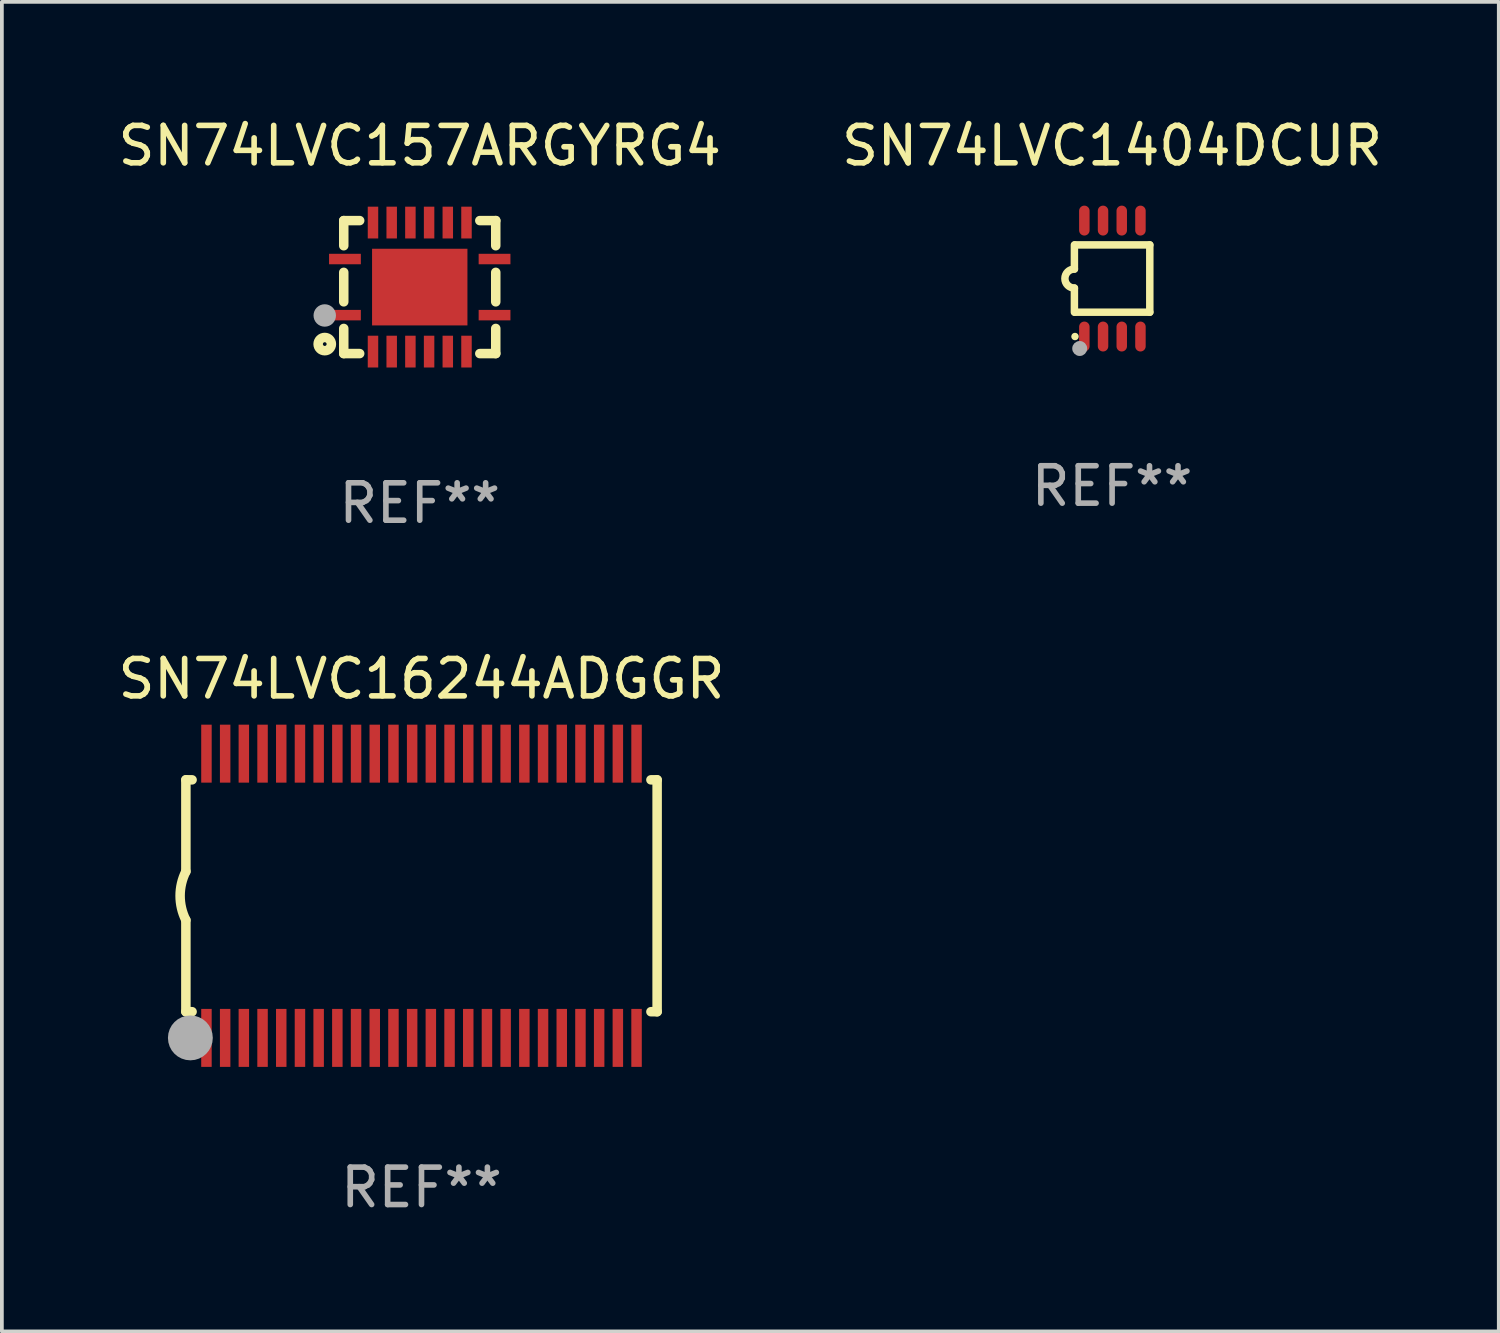
<source format=kicad_pcb>
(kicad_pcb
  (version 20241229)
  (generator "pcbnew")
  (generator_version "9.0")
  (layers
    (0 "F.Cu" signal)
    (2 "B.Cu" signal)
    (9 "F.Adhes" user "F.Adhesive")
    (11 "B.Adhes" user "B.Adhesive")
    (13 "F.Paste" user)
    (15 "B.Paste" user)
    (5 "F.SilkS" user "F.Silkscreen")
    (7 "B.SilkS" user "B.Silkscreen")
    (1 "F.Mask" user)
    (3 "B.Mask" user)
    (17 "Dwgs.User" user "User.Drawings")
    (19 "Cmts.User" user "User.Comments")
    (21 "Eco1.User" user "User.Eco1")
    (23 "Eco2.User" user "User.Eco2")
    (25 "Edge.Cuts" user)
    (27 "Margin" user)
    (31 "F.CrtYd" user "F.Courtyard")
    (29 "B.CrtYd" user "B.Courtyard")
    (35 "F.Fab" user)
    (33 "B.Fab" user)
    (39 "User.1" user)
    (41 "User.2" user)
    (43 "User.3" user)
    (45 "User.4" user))
  (footprint "SN74LVC1404DCUR"
    (layer "F.Cu")
    (at 26.685 4.398)
    (property "Reference" "SN74LVC1404DCUR" (at 0 -3.55 0) (layer "F.SilkS") (effects (font (size 1 1) (thickness 0.15))))
    (attr through_hole)
    (fp_line (start -1.008 -0.254) (end -1.008 -0.9) (stroke (width 0.2) (type solid)) (layer "F.SilkS"))
    (fp_line (start -1.008 0.254) (end -1.008 0.9) (stroke (width 0.2) (type solid)) (layer "F.SilkS"))
    (fp_line (start -0.992 0.9) (end 1.008 0.9) (stroke (width 0.2) (type solid)) (layer "F.SilkS"))
    (fp_line (start 1.008 -0.9) (end -0.992 -0.9) (stroke (width 0.2) (type solid)) (layer "F.SilkS"))
    (fp_line (start 1.008 0.9) (end 1.008 -0.9) (stroke (width 0.2) (type solid)) (layer "F.SilkS"))
    (fp_arc (start -1.008001 0.254001) (mid -1.262002 0) (end -1.008001 -0.254001) (stroke (width 0.2) (type solid)) (layer "F.SilkS"))
    (fp_circle (center -0.992 1.55) (end -0.942 1.55) (stroke (width 0.1) (type solid)) (fill no) (layer "F.SilkS"))
    (fp_circle (center -0.866 1.87) (end -0.766 1.87) (stroke (width 0.2) (type solid)) (fill no) (layer "F.Fab"))
    (fp_text user "REF**" (at 0 5.55 0) (layer "F.Fab") (effects (font (size 1 1) (thickness 0.15))))
    (pad "1" smd oval (at -0.742 1.55 270) (size 0.8 0.28) (layers "F.Cu" "F.Mask" "F.Paste"))
    (pad "2" smd oval (at -0.242 1.55 270) (size 0.8 0.28) (layers "F.Cu" "F.Mask" "F.Paste"))
    (pad "3" smd oval (at 0.258 1.55 270) (size 0.8 0.28) (layers "F.Cu" "F.Mask" "F.Paste"))
    (pad "4" smd oval (at 0.758 1.55 270) (size 0.8 0.28) (layers "F.Cu" "F.Mask" "F.Paste"))
    (pad "5" smd oval (at 0.758 -1.55 270) (size 0.8 0.28) (layers "F.Cu" "F.Mask" "F.Paste"))
    (pad "6" smd oval (at 0.258 -1.55 270) (size 0.8 0.28) (layers "F.Cu" "F.Mask" "F.Paste"))
    (pad "7" smd oval (at -0.242 -1.55 270) (size 0.8 0.28) (layers "F.Cu" "F.Mask" "F.Paste"))
    (pad "8" smd oval (at -0.742 -1.55 270) (size 0.8 0.28) (layers "F.Cu" "F.Mask" "F.Paste")))
  (footprint "SN74LVC157ARGYRG4"
    (layer "F.Cu")
    (at 8.173 4.626)
    (property "Reference" "SN74LVC157ARGYRG4" (at 0 -3.778 0) (layer "F.SilkS") (effects (font (size 1 1) (thickness 0.15))))
    (attr through_hole)
    (fp_line (start -2.032 -1.778) (end -2.032 -1.106) (stroke (width 0.254) (type solid)) (layer "F.SilkS"))
    (fp_line (start -2.032 -0.394) (end -2.032 0.394) (stroke (width 0.254) (type solid)) (layer "F.SilkS"))
    (fp_line (start -2.032 1.106) (end -2.032 1.778) (stroke (width 0.254) (type solid)) (layer "F.SilkS"))
    (fp_line (start -2.032 1.778) (end -1.606 1.778) (stroke (width 0.254) (type solid)) (layer "F.SilkS"))
    (fp_line (start -1.606 -1.778) (end -2.032 -1.778) (stroke (width 0.254) (type solid)) (layer "F.SilkS"))
    (fp_line (start 1.606 1.778) (end 2.032 1.778) (stroke (width 0.254) (type solid)) (layer "F.SilkS"))
    (fp_line (start 2.032 -1.778) (end 1.606 -1.778) (stroke (width 0.254) (type solid)) (layer "F.SilkS"))
    (fp_line (start 2.032 -1.106) (end 2.032 -1.778) (stroke (width 0.254) (type solid)) (layer "F.SilkS"))
    (fp_line (start 2.032 0.394) (end 2.032 -0.394) (stroke (width 0.254) (type solid)) (layer "F.SilkS"))
    (fp_line (start 2.032 1.778) (end 2.032 1.106) (stroke (width 0.254) (type solid)) (layer "F.SilkS"))
    (fp_circle (center -2.54 1.524) (end -2.363 1.524) (stroke (width 0.254) (type solid)) (fill no) (layer "F.SilkS"))
    (fp_circle (center -2.002 1.753) (end -1.972 1.753) (stroke (width 0.06) (type solid)) (fill no) (layer "F.SilkS"))
    (fp_circle (center -2.54 0.759) (end -2.39 0.759) (stroke (width 0.3) (type solid)) (fill no) (layer "F.Fab"))
    (fp_text user "REF**" (at 0 5.778 0) (layer "F.Fab") (effects (font (size 1 1) (thickness 0.15))))
    (pad "1" smd rect (at -2 0.75 90) (size 0.28 0.85) (layers "F.Cu" "F.Mask" "F.Paste"))
    (pad "2" smd rect (at -1.25 1.725 180) (size 0.28 0.85) (layers "F.Cu" "F.Mask" "F.Paste"))
    (pad "3" smd rect (at -0.75 1.725 180) (size 0.28 0.85) (layers "F.Cu" "F.Mask" "F.Paste"))
    (pad "4" smd rect (at -0.25 1.725 180) (size 0.28 0.85) (layers "F.Cu" "F.Mask" "F.Paste"))
    (pad "5" smd rect (at 0.25 1.725 180) (size 0.28 0.85) (layers "F.Cu" "F.Mask" "F.Paste"))
    (pad "6" smd rect (at 0.75 1.725 180) (size 0.28 0.85) (layers "F.Cu" "F.Mask" "F.Paste"))
    (pad "7" smd rect (at 1.25 1.725 180) (size 0.28 0.85) (layers "F.Cu" "F.Mask" "F.Paste"))
    (pad "8" smd rect (at 2 0.75 270) (size 0.28 0.85) (layers "F.Cu" "F.Mask" "F.Paste"))
    (pad "9" smd rect (at 2 -0.75 270) (size 0.28 0.85) (layers "F.Cu" "F.Mask" "F.Paste"))
    (pad "10" smd rect (at 1.25 -1.725) (size 0.28 0.85) (layers "F.Cu" "F.Mask" "F.Paste"))
    (pad "11" smd rect (at 0.75 -1.725) (size 0.28 0.85) (layers "F.Cu" "F.Mask" "F.Paste"))
    (pad "12" smd rect (at 0.25 -1.725) (size 0.28 0.85) (layers "F.Cu" "F.Mask" "F.Paste"))
    (pad "13" smd rect (at -0.25 -1.725) (size 0.28 0.85) (layers "F.Cu" "F.Mask" "F.Paste"))
    (pad "14" smd rect (at -0.75 -1.725) (size 0.28 0.85) (layers "F.Cu" "F.Mask" "F.Paste"))
    (pad "15" smd rect (at -1.25 -1.725) (size 0.28 0.85) (layers "F.Cu" "F.Mask" "F.Paste"))
    (pad "16" smd rect (at -2 -0.75 90) (size 0.28 0.85) (layers "F.Cu" "F.Mask" "F.Paste"))
    (pad "17" smd rect (at 0.000051 0) (size 2.55 2.05) (layers "F.Cu" "F.Mask" "F.Paste")))
  (footprint "SN74LVC16244ADGGR"
    (layer "F.Cu")
    (at 8.22 20.901)
    (property "Reference" "SN74LVC16244ADGGR" (at 0 -5.8 0) (layer "F.SilkS") (effects (font (size 1 1) (thickness 0.15))))
    (attr through_hole)
    (fp_line (start -6.3 -3.1) (end -6.3 -0.65) (stroke (width 0.254) (type solid)) (layer "F.SilkS"))
    (fp_line (start -6.3 -3.1) (end -6.134 -3.1) (stroke (width 0.254) (type solid)) (layer "F.SilkS"))
    (fp_line (start -6.3 3.1) (end -6.3 0.65) (stroke (width 0.254) (type solid)) (layer "F.SilkS"))
    (fp_line (start -6.3 3.1) (end -6.134 3.1) (stroke (width 0.254) (type solid)) (layer "F.SilkS"))
    (fp_line (start 6.134 -3.1) (end 6.3 -3.1) (stroke (width 0.254) (type solid)) (layer "F.SilkS"))
    (fp_line (start 6.134 3.1) (end 6.3 3.1) (stroke (width 0.254) (type solid)) (layer "F.SilkS"))
    (fp_line (start 6.3 -3.1) (end 6.3 3.1) (stroke (width 0.254) (type solid)) (layer "F.SilkS"))
    (fp_arc (start -6.301016 0.650114) (mid -6.45413 -0.000082) (end -6.3 -0.650038) (stroke (width 0.254001) (type solid)) (layer "F.SilkS"))
    (fp_circle (center -6.35 3.81) (end -6.223 3.81) (stroke (width 0.254) (type solid)) (fill no) (layer "F.SilkS"))
    (fp_circle (center -6.25 4.05) (end -6.22 4.05) (stroke (width 0.06) (type solid)) (fill no) (layer "F.SilkS"))
    (fp_circle (center -6.18 3.8) (end -5.88 3.8) (stroke (width 0.6) (type solid)) (fill no) (layer "F.Fab"))
    (fp_text user "REF**" (at 0 7.8 0) (layer "F.Fab") (effects (font (size 1 1) (thickness 0.15))))
    (pad "1" smd rect (at -5.75 3.8) (size 0.28 1.55) (layers "F.Cu" "F.Mask" "F.Paste"))
    (pad "2" smd rect (at -5.25 3.8) (size 0.28 1.55) (layers "F.Cu" "F.Mask" "F.Paste"))
    (pad "3" smd rect (at -4.75 3.8) (size 0.28 1.55) (layers "F.Cu" "F.Mask" "F.Paste"))
    (pad "4" smd rect (at -4.25 3.8) (size 0.28 1.55) (layers "F.Cu" "F.Mask" "F.Paste"))
    (pad "5" smd rect (at -3.75 3.8) (size 0.28 1.55) (layers "F.Cu" "F.Mask" "F.Paste"))
    (pad "6" smd rect (at -3.25 3.8) (size 0.28 1.55) (layers "F.Cu" "F.Mask" "F.Paste"))
    (pad "7" smd rect (at -2.75 3.8) (size 0.28 1.55) (layers "F.Cu" "F.Mask" "F.Paste"))
    (pad "8" smd rect (at -2.25 3.8) (size 0.28 1.55) (layers "F.Cu" "F.Mask" "F.Paste"))
    (pad "9" smd rect (at -1.75 3.8) (size 0.28 1.55) (layers "F.Cu" "F.Mask" "F.Paste"))
    (pad "10" smd rect (at -1.25 3.8) (size 0.28 1.55) (layers "F.Cu" "F.Mask" "F.Paste"))
    (pad "11" smd rect (at -0.75 3.8) (size 0.28 1.55) (layers "F.Cu" "F.Mask" "F.Paste"))
    (pad "12" smd rect (at -0.25 3.8) (size 0.28 1.55) (layers "F.Cu" "F.Mask" "F.Paste"))
    (pad "13" smd rect (at 0.25 3.8) (size 0.28 1.55) (layers "F.Cu" "F.Mask" "F.Paste"))
    (pad "14" smd rect (at 0.75 3.8) (size 0.28 1.55) (layers "F.Cu" "F.Mask" "F.Paste"))
    (pad "15" smd rect (at 1.25 3.8) (size 0.28 1.55) (layers "F.Cu" "F.Mask" "F.Paste"))
    (pad "16" smd rect (at 1.75 3.8) (size 0.28 1.55) (layers "F.Cu" "F.Mask" "F.Paste"))
    (pad "17" smd rect (at 2.25 3.8) (size 0.28 1.55) (layers "F.Cu" "F.Mask" "F.Paste"))
    (pad "18" smd rect (at 2.75 3.8) (size 0.28 1.55) (layers "F.Cu" "F.Mask" "F.Paste"))
    (pad "19" smd rect (at 3.25 3.8) (size 0.28 1.55) (layers "F.Cu" "F.Mask" "F.Paste"))
    (pad "20" smd rect (at 3.75 3.8) (size 0.28 1.55) (layers "F.Cu" "F.Mask" "F.Paste"))
    (pad "21" smd rect (at 4.25 3.8) (size 0.28 1.55) (layers "F.Cu" "F.Mask" "F.Paste"))
    (pad "22" smd rect (at 4.75 3.8) (size 0.28 1.55) (layers "F.Cu" "F.Mask" "F.Paste"))
    (pad "23" smd rect (at 5.25 3.8) (size 0.28 1.55) (layers "F.Cu" "F.Mask" "F.Paste"))
    (pad "24" smd rect (at 5.75 3.8) (size 0.28 1.55) (layers "F.Cu" "F.Mask" "F.Paste"))
    (pad "25" smd rect (at 5.75 -3.8) (size 0.28 1.55) (layers "F.Cu" "F.Mask" "F.Paste"))
    (pad "26" smd rect (at 5.25 -3.8) (size 0.28 1.55) (layers "F.Cu" "F.Mask" "F.Paste"))
    (pad "27" smd rect (at 4.75 -3.8) (size 0.28 1.55) (layers "F.Cu" "F.Mask" "F.Paste"))
    (pad "28" smd rect (at 4.25 -3.8) (size 0.28 1.55) (layers "F.Cu" "F.Mask" "F.Paste"))
    (pad "29" smd rect (at 3.75 -3.8) (size 0.28 1.55) (layers "F.Cu" "F.Mask" "F.Paste"))
    (pad "30" smd rect (at 3.25 -3.8) (size 0.28 1.55) (layers "F.Cu" "F.Mask" "F.Paste"))
    (pad "31" smd rect (at 2.75 -3.8) (size 0.28 1.55) (layers "F.Cu" "F.Mask" "F.Paste"))
    (pad "32" smd rect (at 2.25 -3.8) (size 0.28 1.55) (layers "F.Cu" "F.Mask" "F.Paste"))
    (pad "33" smd rect (at 1.75 -3.8) (size 0.28 1.55) (layers "F.Cu" "F.Mask" "F.Paste"))
    (pad "34" smd rect (at 1.25 -3.8) (size 0.28 1.55) (layers "F.Cu" "F.Mask" "F.Paste"))
    (pad "35" smd rect (at 0.75 -3.8) (size 0.28 1.55) (layers "F.Cu" "F.Mask" "F.Paste"))
    (pad "36" smd rect (at 0.25 -3.8) (size 0.28 1.55) (layers "F.Cu" "F.Mask" "F.Paste"))
    (pad "37" smd rect (at -0.25 -3.8) (size 0.28 1.55) (layers "F.Cu" "F.Mask" "F.Paste"))
    (pad "38" smd rect (at -0.75 -3.8) (size 0.28 1.55) (layers "F.Cu" "F.Mask" "F.Paste"))
    (pad "39" smd rect (at -1.25 -3.8) (size 0.28 1.55) (layers "F.Cu" "F.Mask" "F.Paste"))
    (pad "40" smd rect (at -1.75 -3.8) (size 0.28 1.55) (layers "F.Cu" "F.Mask" "F.Paste"))
    (pad "41" smd rect (at -2.25 -3.8) (size 0.28 1.55) (layers "F.Cu" "F.Mask" "F.Paste"))
    (pad "42" smd rect (at -2.75 -3.8) (size 0.28 1.55) (layers "F.Cu" "F.Mask" "F.Paste"))
    (pad "43" smd rect (at -3.25 -3.8) (size 0.28 1.55) (layers "F.Cu" "F.Mask" "F.Paste"))
    (pad "44" smd rect (at -3.75 -3.8) (size 0.28 1.55) (layers "F.Cu" "F.Mask" "F.Paste"))
    (pad "45" smd rect (at -4.25 -3.8) (size 0.28 1.55) (layers "F.Cu" "F.Mask" "F.Paste"))
    (pad "46" smd rect (at -4.75 -3.8) (size 0.28 1.55) (layers "F.Cu" "F.Mask" "F.Paste"))
    (pad "47" smd rect (at -5.25 -3.8) (size 0.28 1.55) (layers "F.Cu" "F.Mask" "F.Paste"))
    (pad "48" smd rect (at -5.75 -3.8) (size 0.28 1.55) (layers "F.Cu" "F.Mask" "F.Paste")))
  (gr_rect
    (start -3 -3)
    (end 37.024 32.549)
    (stroke (width 0.1) (type default))
    (fill no)
    (layer "Edge.Cuts")))
</source>
